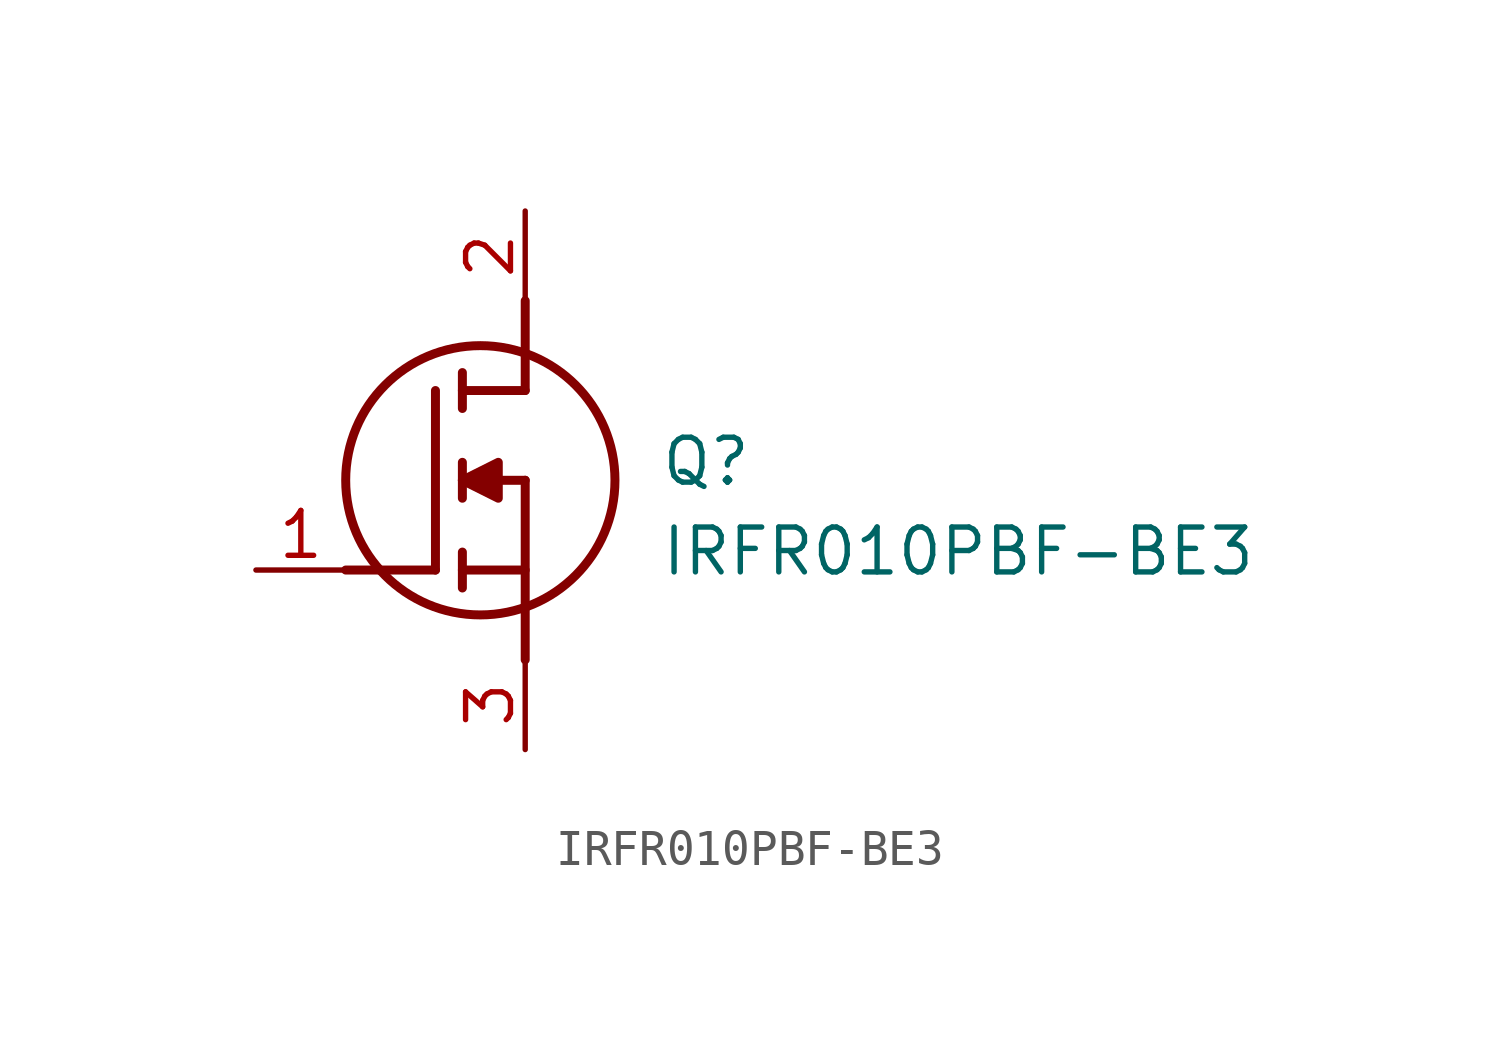
<source format=kicad_sym>
(kicad_symbol_lib
  (version 20211014)
  (generator SamacSys_ECAD_Model)
  (symbol "IRFR010PBF-BE3"
    (pin_names hide)
    (property "Reference" "Q"
      (at 11.43 3.81 0)
      (effects (font (size 1.27 1.27)) (justify left top)))
    (property "Value" "IRFR010PBF-BE3"
      (at 11.43 1.27 0)
      (effects (font (size 1.27 1.27)) (justify left top)))
    (polyline
      (pts (xy 7.62 2.54) (xy 7.62 -2.54))
      (stroke (width 0.254) (type default))
      (fill (type none)))
    (polyline
      (pts (xy 7.62 5.08) (xy 7.62 7.62))
      (stroke (width 0.254) (type default))
      (fill (type none)))
    (polyline
      (pts (xy 2.54 0) (xy 5.08 0))
      (stroke (width 0.254) (type default))
      (fill (type none)))
    (polyline
      (pts (xy 5.08 5.08) (xy 5.08 0))
      (stroke (width 0.254) (type default))
      (fill (type none)))
    (polyline
      (pts (xy 7.62 2.54) (xy 5.842 2.54))
      (stroke (width 0.254) (type default))
      (fill (type none)))
    (polyline
      (pts (xy 7.62 5.08) (xy 5.842 5.08))
      (stroke (width 0.254) (type default))
      (fill (type none)))
    (polyline
      (pts (xy 5.842 0) (xy 7.62 0))
      (stroke (width 0.254) (type default))
      (fill (type none)))
    (polyline
      (pts (xy 5.842 5.588) (xy 5.842 4.572))
      (stroke (width 0.254) (type default))
      (fill (type none)))
    (polyline
      (pts (xy 5.842 -0.508) (xy 5.842 0.508))
      (stroke (width 0.254) (type default))
      (fill (type none)))
    (polyline
      (pts (xy 5.842 2.032) (xy 5.842 3.048))
      (stroke (width 0.254) (type default))
      (fill (type none)))
    (circle
      (center 6.35 2.54)
      (radius 3.81)
      (stroke (width 0.254) (type default))
      (fill (type none)))
    (polyline
      (pts (xy 5.842 2.54) (xy 6.858 3.048) (xy 6.858 2.032) (xy 5.842 2.54))
      (stroke (width 0.254) (type default))
      (fill (type outline)))
    (pin passive line
      (at 0 0 0)
      (length 2.54)
      (name "G" (effects (font (size 1.27 1.27))))
      (number "1" (effects (font (size 1.27 1.27)))))
    (pin passive line
      (at 7.62 10.16 270)
      (length 2.54)
      (name "D" (effects (font (size 1.27 1.27))))
      (number "2" (effects (font (size 1.27 1.27)))))
    (pin passive line
      (at 7.62 -5.08 90)
      (length 2.54)
      (name "S" (effects (font (size 1.27 1.27))))
      (number "3" (effects (font (size 1.27 1.27)))))))
</source>
